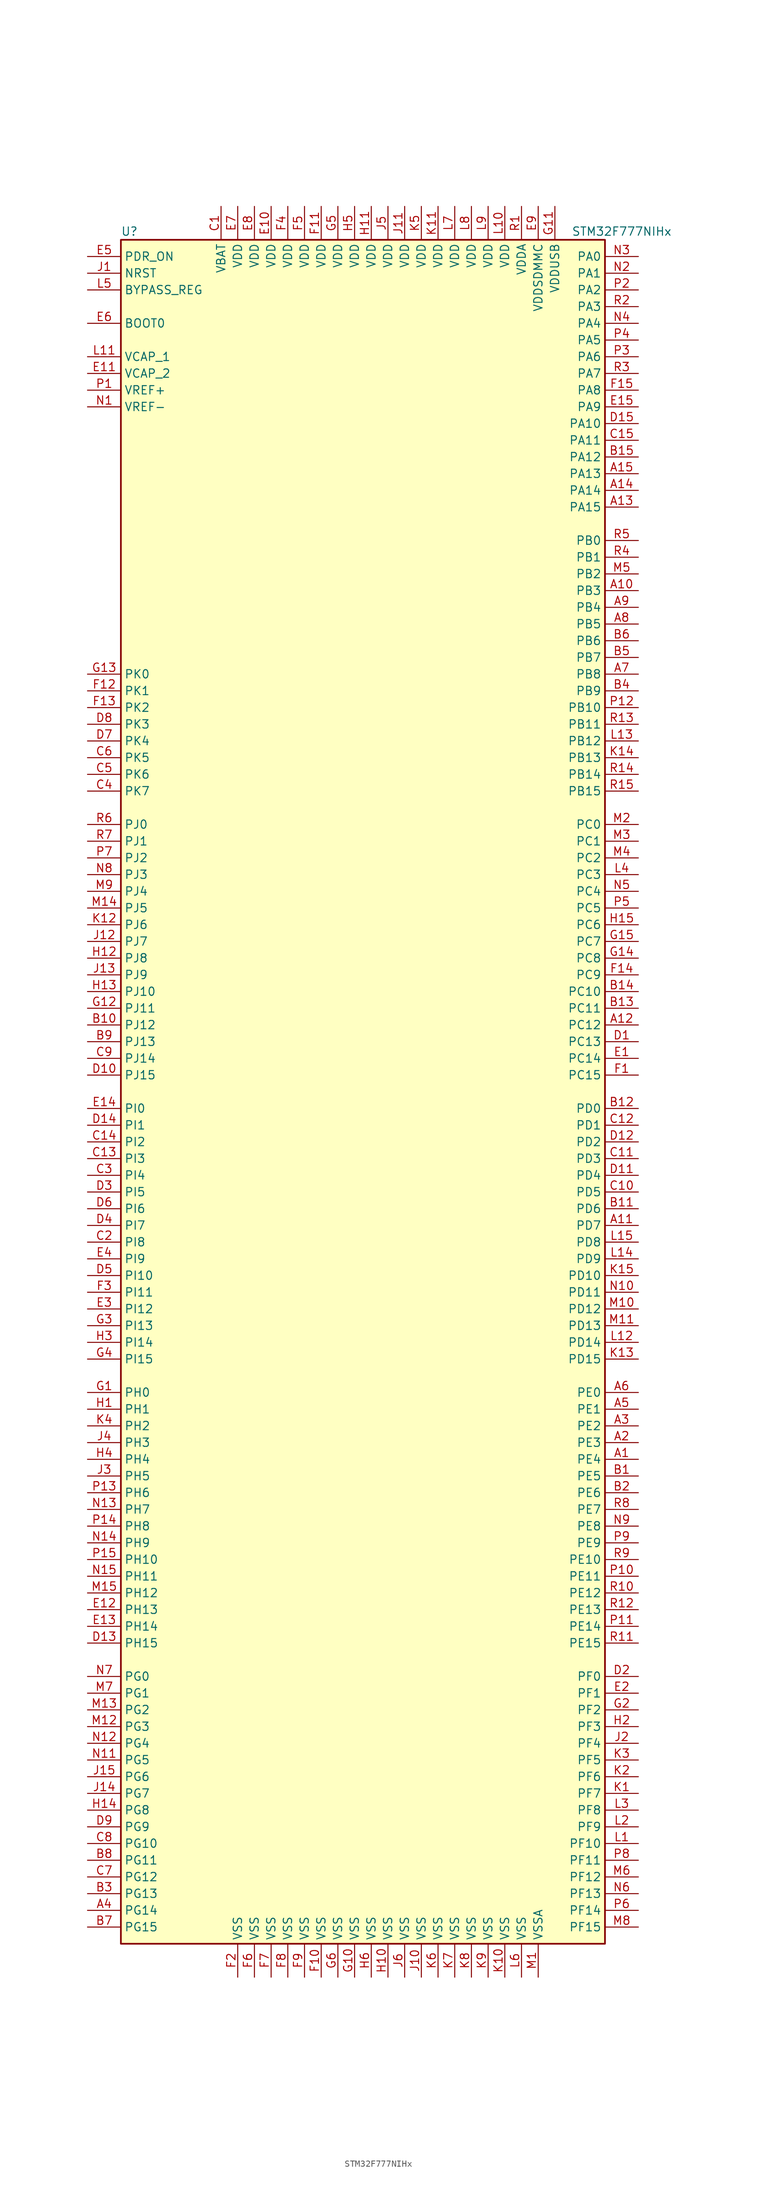
<source format=kicad_sym>
(kicad_symbol_lib
  (version 20201005)
  (generator kicad_symbol_editor)
  (symbol "MCU_ST_STM32F7:STM32F777NIHx"
    (property "Reference" "U"
      (at -38.1 130.81 0)
      (effects (font (size 1.27 1.27)) (justify left)))
    (property "Value" "STM32F777NIHx"
      (at 30.48 130.81 0)
      (effects (font (size 1.27 1.27)) (justify left)))
    (symbol "STM32F777NIHx_0_1"
      (rectangle (start -38.1 -129.54) (end 35.56 129.54) (stroke (width 0.254)) (fill (type background))))
    (symbol "STM32F777NIHx_1_1"
      (pin input line (at -43.18 116.84 0) (length 5.08) (name "BOOT0" (effects (font (size 1.27 1.27)))) (number "E6" (effects (font (size 1.27 1.27)))))
      (pin input line (at -43.18 121.92 0) (length 5.08) (name "BYPASS_REG" (effects (font (size 1.27 1.27)))) (number "L5" (effects (font (size 1.27 1.27)))))
      (pin input line (at -43.18 124.46 0) (length 5.08) (name "NRST" (effects (font (size 1.27 1.27)))) (number "J1" (effects (font (size 1.27 1.27)))))
      (pin bidirectional line (at 40.64 127 180) (length 5.08) (name "PA0" (effects (font (size 1.27 1.27)))) (number "N3" (effects (font (size 1.27 1.27)))))
      (pin bidirectional line (at 40.64 124.46 180) (length 5.08) (name "PA1" (effects (font (size 1.27 1.27)))) (number "N2" (effects (font (size 1.27 1.27)))))
      (pin bidirectional line (at 40.64 101.6 180) (length 5.08) (name "PA10" (effects (font (size 1.27 1.27)))) (number "D15" (effects (font (size 1.27 1.27)))))
      (pin bidirectional line (at 40.64 99.06 180) (length 5.08) (name "PA11" (effects (font (size 1.27 1.27)))) (number "C15" (effects (font (size 1.27 1.27)))))
      (pin bidirectional line (at 40.64 96.52 180) (length 5.08) (name "PA12" (effects (font (size 1.27 1.27)))) (number "B15" (effects (font (size 1.27 1.27)))))
      (pin bidirectional line (at 40.64 93.98 180) (length 5.08) (name "PA13" (effects (font (size 1.27 1.27)))) (number "A15" (effects (font (size 1.27 1.27)))))
      (pin bidirectional line (at 40.64 91.44 180) (length 5.08) (name "PA14" (effects (font (size 1.27 1.27)))) (number "A14" (effects (font (size 1.27 1.27)))))
      (pin bidirectional line (at 40.64 88.9 180) (length 5.08) (name "PA15" (effects (font (size 1.27 1.27)))) (number "A13" (effects (font (size 1.27 1.27)))))
      (pin bidirectional line (at 40.64 121.92 180) (length 5.08) (name "PA2" (effects (font (size 1.27 1.27)))) (number "P2" (effects (font (size 1.27 1.27)))))
      (pin bidirectional line (at 40.64 119.38 180) (length 5.08) (name "PA3" (effects (font (size 1.27 1.27)))) (number "R2" (effects (font (size 1.27 1.27)))))
      (pin bidirectional line (at 40.64 116.84 180) (length 5.08) (name "PA4" (effects (font (size 1.27 1.27)))) (number "N4" (effects (font (size 1.27 1.27)))))
      (pin bidirectional line (at 40.64 114.3 180) (length 5.08) (name "PA5" (effects (font (size 1.27 1.27)))) (number "P4" (effects (font (size 1.27 1.27)))))
      (pin bidirectional line (at 40.64 111.76 180) (length 5.08) (name "PA6" (effects (font (size 1.27 1.27)))) (number "P3" (effects (font (size 1.27 1.27)))))
      (pin bidirectional line (at 40.64 109.22 180) (length 5.08) (name "PA7" (effects (font (size 1.27 1.27)))) (number "R3" (effects (font (size 1.27 1.27)))))
      (pin bidirectional line (at 40.64 106.68 180) (length 5.08) (name "PA8" (effects (font (size 1.27 1.27)))) (number "F15" (effects (font (size 1.27 1.27)))))
      (pin bidirectional line (at 40.64 104.14 180) (length 5.08) (name "PA9" (effects (font (size 1.27 1.27)))) (number "E15" (effects (font (size 1.27 1.27)))))
      (pin bidirectional line (at 40.64 83.82 180) (length 5.08) (name "PB0" (effects (font (size 1.27 1.27)))) (number "R5" (effects (font (size 1.27 1.27)))))
      (pin bidirectional line (at 40.64 81.28 180) (length 5.08) (name "PB1" (effects (font (size 1.27 1.27)))) (number "R4" (effects (font (size 1.27 1.27)))))
      (pin bidirectional line (at 40.64 58.42 180) (length 5.08) (name "PB10" (effects (font (size 1.27 1.27)))) (number "P12" (effects (font (size 1.27 1.27)))))
      (pin bidirectional line (at 40.64 55.88 180) (length 5.08) (name "PB11" (effects (font (size 1.27 1.27)))) (number "R13" (effects (font (size 1.27 1.27)))))
      (pin bidirectional line (at 40.64 53.34 180) (length 5.08) (name "PB12" (effects (font (size 1.27 1.27)))) (number "L13" (effects (font (size 1.27 1.27)))))
      (pin bidirectional line (at 40.64 50.8 180) (length 5.08) (name "PB13" (effects (font (size 1.27 1.27)))) (number "K14" (effects (font (size 1.27 1.27)))))
      (pin bidirectional line (at 40.64 48.26 180) (length 5.08) (name "PB14" (effects (font (size 1.27 1.27)))) (number "R14" (effects (font (size 1.27 1.27)))))
      (pin bidirectional line (at 40.64 45.72 180) (length 5.08) (name "PB15" (effects (font (size 1.27 1.27)))) (number "R15" (effects (font (size 1.27 1.27)))))
      (pin bidirectional line (at 40.64 78.74 180) (length 5.08) (name "PB2" (effects (font (size 1.27 1.27)))) (number "M5" (effects (font (size 1.27 1.27)))))
      (pin bidirectional line (at 40.64 76.2 180) (length 5.08) (name "PB3" (effects (font (size 1.27 1.27)))) (number "A10" (effects (font (size 1.27 1.27)))))
      (pin bidirectional line (at 40.64 73.66 180) (length 5.08) (name "PB4" (effects (font (size 1.27 1.27)))) (number "A9" (effects (font (size 1.27 1.27)))))
      (pin bidirectional line (at 40.64 71.12 180) (length 5.08) (name "PB5" (effects (font (size 1.27 1.27)))) (number "A8" (effects (font (size 1.27 1.27)))))
      (pin bidirectional line (at 40.64 68.58 180) (length 5.08) (name "PB6" (effects (font (size 1.27 1.27)))) (number "B6" (effects (font (size 1.27 1.27)))))
      (pin bidirectional line (at 40.64 66.04 180) (length 5.08) (name "PB7" (effects (font (size 1.27 1.27)))) (number "B5" (effects (font (size 1.27 1.27)))))
      (pin bidirectional line (at 40.64 63.5 180) (length 5.08) (name "PB8" (effects (font (size 1.27 1.27)))) (number "A7" (effects (font (size 1.27 1.27)))))
      (pin bidirectional line (at 40.64 60.96 180) (length 5.08) (name "PB9" (effects (font (size 1.27 1.27)))) (number "B4" (effects (font (size 1.27 1.27)))))
      (pin bidirectional line (at 40.64 40.64 180) (length 5.08) (name "PC0" (effects (font (size 1.27 1.27)))) (number "M2" (effects (font (size 1.27 1.27)))))
      (pin bidirectional line (at 40.64 38.1 180) (length 5.08) (name "PC1" (effects (font (size 1.27 1.27)))) (number "M3" (effects (font (size 1.27 1.27)))))
      (pin bidirectional line (at 40.64 15.24 180) (length 5.08) (name "PC10" (effects (font (size 1.27 1.27)))) (number "B14" (effects (font (size 1.27 1.27)))))
      (pin bidirectional line (at 40.64 12.7 180) (length 5.08) (name "PC11" (effects (font (size 1.27 1.27)))) (number "B13" (effects (font (size 1.27 1.27)))))
      (pin bidirectional line (at 40.64 10.16 180) (length 5.08) (name "PC12" (effects (font (size 1.27 1.27)))) (number "A12" (effects (font (size 1.27 1.27)))))
      (pin bidirectional line (at 40.64 7.62 180) (length 5.08) (name "PC13" (effects (font (size 1.27 1.27)))) (number "D1" (effects (font (size 1.27 1.27)))))
      (pin bidirectional line (at 40.64 5.08 180) (length 5.08) (name "PC14" (effects (font (size 1.27 1.27)))) (number "E1" (effects (font (size 1.27 1.27)))))
      (pin bidirectional line (at 40.64 2.54 180) (length 5.08) (name "PC15" (effects (font (size 1.27 1.27)))) (number "F1" (effects (font (size 1.27 1.27)))))
      (pin bidirectional line (at 40.64 35.56 180) (length 5.08) (name "PC2" (effects (font (size 1.27 1.27)))) (number "M4" (effects (font (size 1.27 1.27)))))
      (pin bidirectional line (at 40.64 33.02 180) (length 5.08) (name "PC3" (effects (font (size 1.27 1.27)))) (number "L4" (effects (font (size 1.27 1.27)))))
      (pin bidirectional line (at 40.64 30.48 180) (length 5.08) (name "PC4" (effects (font (size 1.27 1.27)))) (number "N5" (effects (font (size 1.27 1.27)))))
      (pin bidirectional line (at 40.64 27.94 180) (length 5.08) (name "PC5" (effects (font (size 1.27 1.27)))) (number "P5" (effects (font (size 1.27 1.27)))))
      (pin bidirectional line (at 40.64 25.4 180) (length 5.08) (name "PC6" (effects (font (size 1.27 1.27)))) (number "H15" (effects (font (size 1.27 1.27)))))
      (pin bidirectional line (at 40.64 22.86 180) (length 5.08) (name "PC7" (effects (font (size 1.27 1.27)))) (number "G15" (effects (font (size 1.27 1.27)))))
      (pin bidirectional line (at 40.64 20.32 180) (length 5.08) (name "PC8" (effects (font (size 1.27 1.27)))) (number "G14" (effects (font (size 1.27 1.27)))))
      (pin bidirectional line (at 40.64 17.78 180) (length 5.08) (name "PC9" (effects (font (size 1.27 1.27)))) (number "F14" (effects (font (size 1.27 1.27)))))
      (pin bidirectional line (at 40.64 -2.54 180) (length 5.08) (name "PD0" (effects (font (size 1.27 1.27)))) (number "B12" (effects (font (size 1.27 1.27)))))
      (pin bidirectional line (at 40.64 -5.08 180) (length 5.08) (name "PD1" (effects (font (size 1.27 1.27)))) (number "C12" (effects (font (size 1.27 1.27)))))
      (pin bidirectional line (at 40.64 -27.94 180) (length 5.08) (name "PD10" (effects (font (size 1.27 1.27)))) (number "K15" (effects (font (size 1.27 1.27)))))
      (pin bidirectional line (at 40.64 -30.48 180) (length 5.08) (name "PD11" (effects (font (size 1.27 1.27)))) (number "N10" (effects (font (size 1.27 1.27)))))
      (pin bidirectional line (at 40.64 -33.02 180) (length 5.08) (name "PD12" (effects (font (size 1.27 1.27)))) (number "M10" (effects (font (size 1.27 1.27)))))
      (pin bidirectional line (at 40.64 -35.56 180) (length 5.08) (name "PD13" (effects (font (size 1.27 1.27)))) (number "M11" (effects (font (size 1.27 1.27)))))
      (pin bidirectional line (at 40.64 -38.1 180) (length 5.08) (name "PD14" (effects (font (size 1.27 1.27)))) (number "L12" (effects (font (size 1.27 1.27)))))
      (pin bidirectional line (at 40.64 -40.64 180) (length 5.08) (name "PD15" (effects (font (size 1.27 1.27)))) (number "K13" (effects (font (size 1.27 1.27)))))
      (pin bidirectional line (at 40.64 -7.62 180) (length 5.08) (name "PD2" (effects (font (size 1.27 1.27)))) (number "D12" (effects (font (size 1.27 1.27)))))
      (pin bidirectional line (at 40.64 -10.16 180) (length 5.08) (name "PD3" (effects (font (size 1.27 1.27)))) (number "C11" (effects (font (size 1.27 1.27)))))
      (pin bidirectional line (at 40.64 -12.7 180) (length 5.08) (name "PD4" (effects (font (size 1.27 1.27)))) (number "D11" (effects (font (size 1.27 1.27)))))
      (pin bidirectional line (at 40.64 -15.24 180) (length 5.08) (name "PD5" (effects (font (size 1.27 1.27)))) (number "C10" (effects (font (size 1.27 1.27)))))
      (pin bidirectional line (at 40.64 -17.78 180) (length 5.08) (name "PD6" (effects (font (size 1.27 1.27)))) (number "B11" (effects (font (size 1.27 1.27)))))
      (pin bidirectional line (at 40.64 -20.32 180) (length 5.08) (name "PD7" (effects (font (size 1.27 1.27)))) (number "A11" (effects (font (size 1.27 1.27)))))
      (pin bidirectional line (at 40.64 -22.86 180) (length 5.08) (name "PD8" (effects (font (size 1.27 1.27)))) (number "L15" (effects (font (size 1.27 1.27)))))
      (pin bidirectional line (at 40.64 -25.4 180) (length 5.08) (name "PD9" (effects (font (size 1.27 1.27)))) (number "L14" (effects (font (size 1.27 1.27)))))
      (pin input line (at -43.18 127 0) (length 5.08) (name "PDR_ON" (effects (font (size 1.27 1.27)))) (number "E5" (effects (font (size 1.27 1.27)))))
      (pin bidirectional line (at 40.64 -45.72 180) (length 5.08) (name "PE0" (effects (font (size 1.27 1.27)))) (number "A6" (effects (font (size 1.27 1.27)))))
      (pin bidirectional line (at 40.64 -48.26 180) (length 5.08) (name "PE1" (effects (font (size 1.27 1.27)))) (number "A5" (effects (font (size 1.27 1.27)))))
      (pin bidirectional line (at 40.64 -71.12 180) (length 5.08) (name "PE10" (effects (font (size 1.27 1.27)))) (number "R9" (effects (font (size 1.27 1.27)))))
      (pin bidirectional line (at 40.64 -73.66 180) (length 5.08) (name "PE11" (effects (font (size 1.27 1.27)))) (number "P10" (effects (font (size 1.27 1.27)))))
      (pin bidirectional line (at 40.64 -76.2 180) (length 5.08) (name "PE12" (effects (font (size 1.27 1.27)))) (number "R10" (effects (font (size 1.27 1.27)))))
      (pin bidirectional line (at 40.64 -78.74 180) (length 5.08) (name "PE13" (effects (font (size 1.27 1.27)))) (number "R12" (effects (font (size 1.27 1.27)))))
      (pin bidirectional line (at 40.64 -81.28 180) (length 5.08) (name "PE14" (effects (font (size 1.27 1.27)))) (number "P11" (effects (font (size 1.27 1.27)))))
      (pin bidirectional line (at 40.64 -83.82 180) (length 5.08) (name "PE15" (effects (font (size 1.27 1.27)))) (number "R11" (effects (font (size 1.27 1.27)))))
      (pin bidirectional line (at 40.64 -50.8 180) (length 5.08) (name "PE2" (effects (font (size 1.27 1.27)))) (number "A3" (effects (font (size 1.27 1.27)))))
      (pin bidirectional line (at 40.64 -53.34 180) (length 5.08) (name "PE3" (effects (font (size 1.27 1.27)))) (number "A2" (effects (font (size 1.27 1.27)))))
      (pin bidirectional line (at 40.64 -55.88 180) (length 5.08) (name "PE4" (effects (font (size 1.27 1.27)))) (number "A1" (effects (font (size 1.27 1.27)))))
      (pin bidirectional line (at 40.64 -58.42 180) (length 5.08) (name "PE5" (effects (font (size 1.27 1.27)))) (number "B1" (effects (font (size 1.27 1.27)))))
      (pin bidirectional line (at 40.64 -60.96 180) (length 5.08) (name "PE6" (effects (font (size 1.27 1.27)))) (number "B2" (effects (font (size 1.27 1.27)))))
      (pin bidirectional line (at 40.64 -63.5 180) (length 5.08) (name "PE7" (effects (font (size 1.27 1.27)))) (number "R8" (effects (font (size 1.27 1.27)))))
      (pin bidirectional line (at 40.64 -66.04 180) (length 5.08) (name "PE8" (effects (font (size 1.27 1.27)))) (number "N9" (effects (font (size 1.27 1.27)))))
      (pin bidirectional line (at 40.64 -68.58 180) (length 5.08) (name "PE9" (effects (font (size 1.27 1.27)))) (number "P9" (effects (font (size 1.27 1.27)))))
      (pin bidirectional line (at 40.64 -88.9 180) (length 5.08) (name "PF0" (effects (font (size 1.27 1.27)))) (number "D2" (effects (font (size 1.27 1.27)))))
      (pin bidirectional line (at 40.64 -91.44 180) (length 5.08) (name "PF1" (effects (font (size 1.27 1.27)))) (number "E2" (effects (font (size 1.27 1.27)))))
      (pin bidirectional line (at 40.64 -114.3 180) (length 5.08) (name "PF10" (effects (font (size 1.27 1.27)))) (number "L1" (effects (font (size 1.27 1.27)))))
      (pin bidirectional line (at 40.64 -116.84 180) (length 5.08) (name "PF11" (effects (font (size 1.27 1.27)))) (number "P8" (effects (font (size 1.27 1.27)))))
      (pin bidirectional line (at 40.64 -119.38 180) (length 5.08) (name "PF12" (effects (font (size 1.27 1.27)))) (number "M6" (effects (font (size 1.27 1.27)))))
      (pin bidirectional line (at 40.64 -121.92 180) (length 5.08) (name "PF13" (effects (font (size 1.27 1.27)))) (number "N6" (effects (font (size 1.27 1.27)))))
      (pin bidirectional line (at 40.64 -124.46 180) (length 5.08) (name "PF14" (effects (font (size 1.27 1.27)))) (number "P6" (effects (font (size 1.27 1.27)))))
      (pin bidirectional line (at 40.64 -127 180) (length 5.08) (name "PF15" (effects (font (size 1.27 1.27)))) (number "M8" (effects (font (size 1.27 1.27)))))
      (pin bidirectional line (at 40.64 -93.98 180) (length 5.08) (name "PF2" (effects (font (size 1.27 1.27)))) (number "G2" (effects (font (size 1.27 1.27)))))
      (pin bidirectional line (at 40.64 -96.52 180) (length 5.08) (name "PF3" (effects (font (size 1.27 1.27)))) (number "H2" (effects (font (size 1.27 1.27)))))
      (pin bidirectional line (at 40.64 -99.06 180) (length 5.08) (name "PF4" (effects (font (size 1.27 1.27)))) (number "J2" (effects (font (size 1.27 1.27)))))
      (pin bidirectional line (at 40.64 -101.6 180) (length 5.08) (name "PF5" (effects (font (size 1.27 1.27)))) (number "K3" (effects (font (size 1.27 1.27)))))
      (pin bidirectional line (at 40.64 -104.14 180) (length 5.08) (name "PF6" (effects (font (size 1.27 1.27)))) (number "K2" (effects (font (size 1.27 1.27)))))
      (pin bidirectional line (at 40.64 -106.68 180) (length 5.08) (name "PF7" (effects (font (size 1.27 1.27)))) (number "K1" (effects (font (size 1.27 1.27)))))
      (pin bidirectional line (at 40.64 -109.22 180) (length 5.08) (name "PF8" (effects (font (size 1.27 1.27)))) (number "L3" (effects (font (size 1.27 1.27)))))
      (pin bidirectional line (at 40.64 -111.76 180) (length 5.08) (name "PF9" (effects (font (size 1.27 1.27)))) (number "L2" (effects (font (size 1.27 1.27)))))
      (pin bidirectional line (at -43.18 -88.9 0) (length 5.08) (name "PG0" (effects (font (size 1.27 1.27)))) (number "N7" (effects (font (size 1.27 1.27)))))
      (pin bidirectional line (at -43.18 -91.44 0) (length 5.08) (name "PG1" (effects (font (size 1.27 1.27)))) (number "M7" (effects (font (size 1.27 1.27)))))
      (pin bidirectional line (at -43.18 -114.3 0) (length 5.08) (name "PG10" (effects (font (size 1.27 1.27)))) (number "C8" (effects (font (size 1.27 1.27)))))
      (pin bidirectional line (at -43.18 -116.84 0) (length 5.08) (name "PG11" (effects (font (size 1.27 1.27)))) (number "B8" (effects (font (size 1.27 1.27)))))
      (pin bidirectional line (at -43.18 -119.38 0) (length 5.08) (name "PG12" (effects (font (size 1.27 1.27)))) (number "C7" (effects (font (size 1.27 1.27)))))
      (pin bidirectional line (at -43.18 -121.92 0) (length 5.08) (name "PG13" (effects (font (size 1.27 1.27)))) (number "B3" (effects (font (size 1.27 1.27)))))
      (pin bidirectional line (at -43.18 -124.46 0) (length 5.08) (name "PG14" (effects (font (size 1.27 1.27)))) (number "A4" (effects (font (size 1.27 1.27)))))
      (pin bidirectional line (at -43.18 -127 0) (length 5.08) (name "PG15" (effects (font (size 1.27 1.27)))) (number "B7" (effects (font (size 1.27 1.27)))))
      (pin bidirectional line (at -43.18 -93.98 0) (length 5.08) (name "PG2" (effects (font (size 1.27 1.27)))) (number "M13" (effects (font (size 1.27 1.27)))))
      (pin bidirectional line (at -43.18 -96.52 0) (length 5.08) (name "PG3" (effects (font (size 1.27 1.27)))) (number "M12" (effects (font (size 1.27 1.27)))))
      (pin bidirectional line (at -43.18 -99.06 0) (length 5.08) (name "PG4" (effects (font (size 1.27 1.27)))) (number "N12" (effects (font (size 1.27 1.27)))))
      (pin bidirectional line (at -43.18 -101.6 0) (length 5.08) (name "PG5" (effects (font (size 1.27 1.27)))) (number "N11" (effects (font (size 1.27 1.27)))))
      (pin bidirectional line (at -43.18 -104.14 0) (length 5.08) (name "PG6" (effects (font (size 1.27 1.27)))) (number "J15" (effects (font (size 1.27 1.27)))))
      (pin bidirectional line (at -43.18 -106.68 0) (length 5.08) (name "PG7" (effects (font (size 1.27 1.27)))) (number "J14" (effects (font (size 1.27 1.27)))))
      (pin bidirectional line (at -43.18 -109.22 0) (length 5.08) (name "PG8" (effects (font (size 1.27 1.27)))) (number "H14" (effects (font (size 1.27 1.27)))))
      (pin bidirectional line (at -43.18 -111.76 0) (length 5.08) (name "PG9" (effects (font (size 1.27 1.27)))) (number "D9" (effects (font (size 1.27 1.27)))))
      (pin input line (at -43.18 -45.72 0) (length 5.08) (name "PH0" (effects (font (size 1.27 1.27)))) (number "G1" (effects (font (size 1.27 1.27)))))
      (pin input line (at -43.18 -48.26 0) (length 5.08) (name "PH1" (effects (font (size 1.27 1.27)))) (number "H1" (effects (font (size 1.27 1.27)))))
      (pin bidirectional line (at -43.18 -71.12 0) (length 5.08) (name "PH10" (effects (font (size 1.27 1.27)))) (number "P15" (effects (font (size 1.27 1.27)))))
      (pin bidirectional line (at -43.18 -73.66 0) (length 5.08) (name "PH11" (effects (font (size 1.27 1.27)))) (number "N15" (effects (font (size 1.27 1.27)))))
      (pin bidirectional line (at -43.18 -76.2 0) (length 5.08) (name "PH12" (effects (font (size 1.27 1.27)))) (number "M15" (effects (font (size 1.27 1.27)))))
      (pin bidirectional line (at -43.18 -78.74 0) (length 5.08) (name "PH13" (effects (font (size 1.27 1.27)))) (number "E12" (effects (font (size 1.27 1.27)))))
      (pin bidirectional line (at -43.18 -81.28 0) (length 5.08) (name "PH14" (effects (font (size 1.27 1.27)))) (number "E13" (effects (font (size 1.27 1.27)))))
      (pin bidirectional line (at -43.18 -83.82 0) (length 5.08) (name "PH15" (effects (font (size 1.27 1.27)))) (number "D13" (effects (font (size 1.27 1.27)))))
      (pin bidirectional line (at -43.18 -50.8 0) (length 5.08) (name "PH2" (effects (font (size 1.27 1.27)))) (number "K4" (effects (font (size 1.27 1.27)))))
      (pin bidirectional line (at -43.18 -53.34 0) (length 5.08) (name "PH3" (effects (font (size 1.27 1.27)))) (number "J4" (effects (font (size 1.27 1.27)))))
      (pin bidirectional line (at -43.18 -55.88 0) (length 5.08) (name "PH4" (effects (font (size 1.27 1.27)))) (number "H4" (effects (font (size 1.27 1.27)))))
      (pin bidirectional line (at -43.18 -58.42 0) (length 5.08) (name "PH5" (effects (font (size 1.27 1.27)))) (number "J3" (effects (font (size 1.27 1.27)))))
      (pin bidirectional line (at -43.18 -60.96 0) (length 5.08) (name "PH6" (effects (font (size 1.27 1.27)))) (number "P13" (effects (font (size 1.27 1.27)))))
      (pin bidirectional line (at -43.18 -63.5 0) (length 5.08) (name "PH7" (effects (font (size 1.27 1.27)))) (number "N13" (effects (font (size 1.27 1.27)))))
      (pin bidirectional line (at -43.18 -66.04 0) (length 5.08) (name "PH8" (effects (font (size 1.27 1.27)))) (number "P14" (effects (font (size 1.27 1.27)))))
      (pin bidirectional line (at -43.18 -68.58 0) (length 5.08) (name "PH9" (effects (font (size 1.27 1.27)))) (number "N14" (effects (font (size 1.27 1.27)))))
      (pin bidirectional line (at -43.18 -2.54 0) (length 5.08) (name "PI0" (effects (font (size 1.27 1.27)))) (number "E14" (effects (font (size 1.27 1.27)))))
      (pin bidirectional line (at -43.18 -5.08 0) (length 5.08) (name "PI1" (effects (font (size 1.27 1.27)))) (number "D14" (effects (font (size 1.27 1.27)))))
      (pin bidirectional line (at -43.18 -27.94 0) (length 5.08) (name "PI10" (effects (font (size 1.27 1.27)))) (number "D5" (effects (font (size 1.27 1.27)))))
      (pin bidirectional line (at -43.18 -30.48 0) (length 5.08) (name "PI11" (effects (font (size 1.27 1.27)))) (number "F3" (effects (font (size 1.27 1.27)))))
      (pin bidirectional line (at -43.18 -33.02 0) (length 5.08) (name "PI12" (effects (font (size 1.27 1.27)))) (number "E3" (effects (font (size 1.27 1.27)))))
      (pin bidirectional line (at -43.18 -35.56 0) (length 5.08) (name "PI13" (effects (font (size 1.27 1.27)))) (number "G3" (effects (font (size 1.27 1.27)))))
      (pin bidirectional line (at -43.18 -38.1 0) (length 5.08) (name "PI14" (effects (font (size 1.27 1.27)))) (number "H3" (effects (font (size 1.27 1.27)))))
      (pin bidirectional line (at -43.18 -40.64 0) (length 5.08) (name "PI15" (effects (font (size 1.27 1.27)))) (number "G4" (effects (font (size 1.27 1.27)))))
      (pin bidirectional line (at -43.18 -7.62 0) (length 5.08) (name "PI2" (effects (font (size 1.27 1.27)))) (number "C14" (effects (font (size 1.27 1.27)))))
      (pin bidirectional line (at -43.18 -10.16 0) (length 5.08) (name "PI3" (effects (font (size 1.27 1.27)))) (number "C13" (effects (font (size 1.27 1.27)))))
      (pin bidirectional line (at -43.18 -12.7 0) (length 5.08) (name "PI4" (effects (font (size 1.27 1.27)))) (number "C3" (effects (font (size 1.27 1.27)))))
      (pin bidirectional line (at -43.18 -15.24 0) (length 5.08) (name "PI5" (effects (font (size 1.27 1.27)))) (number "D3" (effects (font (size 1.27 1.27)))))
      (pin bidirectional line (at -43.18 -17.78 0) (length 5.08) (name "PI6" (effects (font (size 1.27 1.27)))) (number "D6" (effects (font (size 1.27 1.27)))))
      (pin bidirectional line (at -43.18 -20.32 0) (length 5.08) (name "PI7" (effects (font (size 1.27 1.27)))) (number "D4" (effects (font (size 1.27 1.27)))))
      (pin bidirectional line (at -43.18 -22.86 0) (length 5.08) (name "PI8" (effects (font (size 1.27 1.27)))) (number "C2" (effects (font (size 1.27 1.27)))))
      (pin bidirectional line (at -43.18 -25.4 0) (length 5.08) (name "PI9" (effects (font (size 1.27 1.27)))) (number "E4" (effects (font (size 1.27 1.27)))))
      (pin bidirectional line (at -43.18 40.64 0) (length 5.08) (name "PJ0" (effects (font (size 1.27 1.27)))) (number "R6" (effects (font (size 1.27 1.27)))))
      (pin bidirectional line (at -43.18 38.1 0) (length 5.08) (name "PJ1" (effects (font (size 1.27 1.27)))) (number "R7" (effects (font (size 1.27 1.27)))))
      (pin bidirectional line (at -43.18 15.24 0) (length 5.08) (name "PJ10" (effects (font (size 1.27 1.27)))) (number "H13" (effects (font (size 1.27 1.27)))))
      (pin bidirectional line (at -43.18 12.7 0) (length 5.08) (name "PJ11" (effects (font (size 1.27 1.27)))) (number "G12" (effects (font (size 1.27 1.27)))))
      (pin bidirectional line (at -43.18 10.16 0) (length 5.08) (name "PJ12" (effects (font (size 1.27 1.27)))) (number "B10" (effects (font (size 1.27 1.27)))))
      (pin bidirectional line (at -43.18 7.62 0) (length 5.08) (name "PJ13" (effects (font (size 1.27 1.27)))) (number "B9" (effects (font (size 1.27 1.27)))))
      (pin bidirectional line (at -43.18 5.08 0) (length 5.08) (name "PJ14" (effects (font (size 1.27 1.27)))) (number "C9" (effects (font (size 1.27 1.27)))))
      (pin bidirectional line (at -43.18 2.54 0) (length 5.08) (name "PJ15" (effects (font (size 1.27 1.27)))) (number "D10" (effects (font (size 1.27 1.27)))))
      (pin bidirectional line (at -43.18 35.56 0) (length 5.08) (name "PJ2" (effects (font (size 1.27 1.27)))) (number "P7" (effects (font (size 1.27 1.27)))))
      (pin bidirectional line (at -43.18 33.02 0) (length 5.08) (name "PJ3" (effects (font (size 1.27 1.27)))) (number "N8" (effects (font (size 1.27 1.27)))))
      (pin bidirectional line (at -43.18 30.48 0) (length 5.08) (name "PJ4" (effects (font (size 1.27 1.27)))) (number "M9" (effects (font (size 1.27 1.27)))))
      (pin bidirectional line (at -43.18 27.94 0) (length 5.08) (name "PJ5" (effects (font (size 1.27 1.27)))) (number "M14" (effects (font (size 1.27 1.27)))))
      (pin bidirectional line (at -43.18 25.4 0) (length 5.08) (name "PJ6" (effects (font (size 1.27 1.27)))) (number "K12" (effects (font (size 1.27 1.27)))))
      (pin bidirectional line (at -43.18 22.86 0) (length 5.08) (name "PJ7" (effects (font (size 1.27 1.27)))) (number "J12" (effects (font (size 1.27 1.27)))))
      (pin bidirectional line (at -43.18 20.32 0) (length 5.08) (name "PJ8" (effects (font (size 1.27 1.27)))) (number "H12" (effects (font (size 1.27 1.27)))))
      (pin bidirectional line (at -43.18 17.78 0) (length 5.08) (name "PJ9" (effects (font (size 1.27 1.27)))) (number "J13" (effects (font (size 1.27 1.27)))))
      (pin bidirectional line (at -43.18 63.5 0) (length 5.08) (name "PK0" (effects (font (size 1.27 1.27)))) (number "G13" (effects (font (size 1.27 1.27)))))
      (pin bidirectional line (at -43.18 60.96 0) (length 5.08) (name "PK1" (effects (font (size 1.27 1.27)))) (number "F12" (effects (font (size 1.27 1.27)))))
      (pin bidirectional line (at -43.18 58.42 0) (length 5.08) (name "PK2" (effects (font (size 1.27 1.27)))) (number "F13" (effects (font (size 1.27 1.27)))))
      (pin bidirectional line (at -43.18 55.88 0) (length 5.08) (name "PK3" (effects (font (size 1.27 1.27)))) (number "D8" (effects (font (size 1.27 1.27)))))
      (pin bidirectional line (at -43.18 53.34 0) (length 5.08) (name "PK4" (effects (font (size 1.27 1.27)))) (number "D7" (effects (font (size 1.27 1.27)))))
      (pin bidirectional line (at -43.18 50.8 0) (length 5.08) (name "PK5" (effects (font (size 1.27 1.27)))) (number "C6" (effects (font (size 1.27 1.27)))))
      (pin bidirectional line (at -43.18 48.26 0) (length 5.08) (name "PK6" (effects (font (size 1.27 1.27)))) (number "C5" (effects (font (size 1.27 1.27)))))
      (pin bidirectional line (at -43.18 45.72 0) (length 5.08) (name "PK7" (effects (font (size 1.27 1.27)))) (number "C4" (effects (font (size 1.27 1.27)))))
      (pin power_in line (at -22.86 134.62 270) (length 5.08) (name "VBAT" (effects (font (size 1.27 1.27)))) (number "C1" (effects (font (size 1.27 1.27)))))
      (pin power_in line (at -43.18 111.76 0) (length 5.08) (name "VCAP_1" (effects (font (size 1.27 1.27)))) (number "L11" (effects (font (size 1.27 1.27)))))
      (pin power_in line (at -43.18 109.22 0) (length 5.08) (name "VCAP_2" (effects (font (size 1.27 1.27)))) (number "E11" (effects (font (size 1.27 1.27)))))
      (pin power_in line (at -15.24 134.62 270) (length 5.08) (name "VDD" (effects (font (size 1.27 1.27)))) (number "E10" (effects (font (size 1.27 1.27)))))
      (pin power_in line (at -20.32 134.62 270) (length 5.08) (name "VDD" (effects (font (size 1.27 1.27)))) (number "E7" (effects (font (size 1.27 1.27)))))
      (pin power_in line (at -17.78 134.62 270) (length 5.08) (name "VDD" (effects (font (size 1.27 1.27)))) (number "E8" (effects (font (size 1.27 1.27)))))
      (pin power_in line (at -7.62 134.62 270) (length 5.08) (name "VDD" (effects (font (size 1.27 1.27)))) (number "F11" (effects (font (size 1.27 1.27)))))
      (pin power_in line (at -12.7 134.62 270) (length 5.08) (name "VDD" (effects (font (size 1.27 1.27)))) (number "F4" (effects (font (size 1.27 1.27)))))
      (pin power_in line (at -10.16 134.62 270) (length 5.08) (name "VDD" (effects (font (size 1.27 1.27)))) (number "F5" (effects (font (size 1.27 1.27)))))
      (pin power_in line (at -5.08 134.62 270) (length 5.08) (name "VDD" (effects (font (size 1.27 1.27)))) (number "G5" (effects (font (size 1.27 1.27)))))
      (pin power_in line (at 0 134.62 270) (length 5.08) (name "VDD" (effects (font (size 1.27 1.27)))) (number "H11" (effects (font (size 1.27 1.27)))))
      (pin power_in line (at -2.54 134.62 270) (length 5.08) (name "VDD" (effects (font (size 1.27 1.27)))) (number "H5" (effects (font (size 1.27 1.27)))))
      (pin power_in line (at 5.08 134.62 270) (length 5.08) (name "VDD" (effects (font (size 1.27 1.27)))) (number "J11" (effects (font (size 1.27 1.27)))))
      (pin power_in line (at 2.54 134.62 270) (length 5.08) (name "VDD" (effects (font (size 1.27 1.27)))) (number "J5" (effects (font (size 1.27 1.27)))))
      (pin power_in line (at 10.16 134.62 270) (length 5.08) (name "VDD" (effects (font (size 1.27 1.27)))) (number "K11" (effects (font (size 1.27 1.27)))))
      (pin power_in line (at 7.62 134.62 270) (length 5.08) (name "VDD" (effects (font (size 1.27 1.27)))) (number "K5" (effects (font (size 1.27 1.27)))))
      (pin power_in line (at 20.32 134.62 270) (length 5.08) (name "VDD" (effects (font (size 1.27 1.27)))) (number "L10" (effects (font (size 1.27 1.27)))))
      (pin power_in line (at 12.7 134.62 270) (length 5.08) (name "VDD" (effects (font (size 1.27 1.27)))) (number "L7" (effects (font (size 1.27 1.27)))))
      (pin power_in line (at 15.24 134.62 270) (length 5.08) (name "VDD" (effects (font (size 1.27 1.27)))) (number "L8" (effects (font (size 1.27 1.27)))))
      (pin power_in line (at 17.78 134.62 270) (length 5.08) (name "VDD" (effects (font (size 1.27 1.27)))) (number "L9" (effects (font (size 1.27 1.27)))))
      (pin power_in line (at 22.86 134.62 270) (length 5.08) (name "VDDA" (effects (font (size 1.27 1.27)))) (number "R1" (effects (font (size 1.27 1.27)))))
      (pin power_in line (at 25.4 134.62 270) (length 5.08) (name "VDDSDMMC" (effects (font (size 1.27 1.27)))) (number "E9" (effects (font (size 1.27 1.27)))))
      (pin power_in line (at 27.94 134.62 270) (length 5.08) (name "VDDUSB" (effects (font (size 1.27 1.27)))) (number "G11" (effects (font (size 1.27 1.27)))))
      (pin power_in line (at -43.18 106.68 0) (length 5.08) (name "VREF+" (effects (font (size 1.27 1.27)))) (number "P1" (effects (font (size 1.27 1.27)))))
      (pin power_in line (at -43.18 104.14 0) (length 5.08) (name "VREF-" (effects (font (size 1.27 1.27)))) (number "N1" (effects (font (size 1.27 1.27)))))
      (pin power_in line (at -7.62 -134.62 90) (length 5.08) (name "VSS" (effects (font (size 1.27 1.27)))) (number "F10" (effects (font (size 1.27 1.27)))))
      (pin power_in line (at -20.32 -134.62 90) (length 5.08) (name "VSS" (effects (font (size 1.27 1.27)))) (number "F2" (effects (font (size 1.27 1.27)))))
      (pin power_in line (at -17.78 -134.62 90) (length 5.08) (name "VSS" (effects (font (size 1.27 1.27)))) (number "F6" (effects (font (size 1.27 1.27)))))
      (pin power_in line (at -15.24 -134.62 90) (length 5.08) (name "VSS" (effects (font (size 1.27 1.27)))) (number "F7" (effects (font (size 1.27 1.27)))))
      (pin power_in line (at -12.7 -134.62 90) (length 5.08) (name "VSS" (effects (font (size 1.27 1.27)))) (number "F8" (effects (font (size 1.27 1.27)))))
      (pin power_in line (at -10.16 -134.62 90) (length 5.08) (name "VSS" (effects (font (size 1.27 1.27)))) (number "F9" (effects (font (size 1.27 1.27)))))
      (pin power_in line (at -2.54 -134.62 90) (length 5.08) (name "VSS" (effects (font (size 1.27 1.27)))) (number "G10" (effects (font (size 1.27 1.27)))))
      (pin power_in line (at -5.08 -134.62 90) (length 5.08) (name "VSS" (effects (font (size 1.27 1.27)))) (number "G6" (effects (font (size 1.27 1.27)))))
      (pin power_in line (at 2.54 -134.62 90) (length 5.08) (name "VSS" (effects (font (size 1.27 1.27)))) (number "H10" (effects (font (size 1.27 1.27)))))
      (pin power_in line (at 0 -134.62 90) (length 5.08) (name "VSS" (effects (font (size 1.27 1.27)))) (number "H6" (effects (font (size 1.27 1.27)))))
      (pin power_in line (at 7.62 -134.62 90) (length 5.08) (name "VSS" (effects (font (size 1.27 1.27)))) (number "J10" (effects (font (size 1.27 1.27)))))
      (pin power_in line (at 5.08 -134.62 90) (length 5.08) (name "VSS" (effects (font (size 1.27 1.27)))) (number "J6" (effects (font (size 1.27 1.27)))))
      (pin power_in line (at 20.32 -134.62 90) (length 5.08) (name "VSS" (effects (font (size 1.27 1.27)))) (number "K10" (effects (font (size 1.27 1.27)))))
      (pin power_in line (at 10.16 -134.62 90) (length 5.08) (name "VSS" (effects (font (size 1.27 1.27)))) (number "K6" (effects (font (size 1.27 1.27)))))
      (pin power_in line (at 12.7 -134.62 90) (length 5.08) (name "VSS" (effects (font (size 1.27 1.27)))) (number "K7" (effects (font (size 1.27 1.27)))))
      (pin power_in line (at 15.24 -134.62 90) (length 5.08) (name "VSS" (effects (font (size 1.27 1.27)))) (number "K8" (effects (font (size 1.27 1.27)))))
      (pin power_in line (at 17.78 -134.62 90) (length 5.08) (name "VSS" (effects (font (size 1.27 1.27)))) (number "K9" (effects (font (size 1.27 1.27)))))
      (pin power_in line (at 22.86 -134.62 90) (length 5.08) (name "VSS" (effects (font (size 1.27 1.27)))) (number "L6" (effects (font (size 1.27 1.27)))))
      (pin power_in line (at 25.4 -134.62 90) (length 5.08) (name "VSSA" (effects (font (size 1.27 1.27)))) (number "M1" (effects (font (size 1.27 1.27))))))))
</source>
